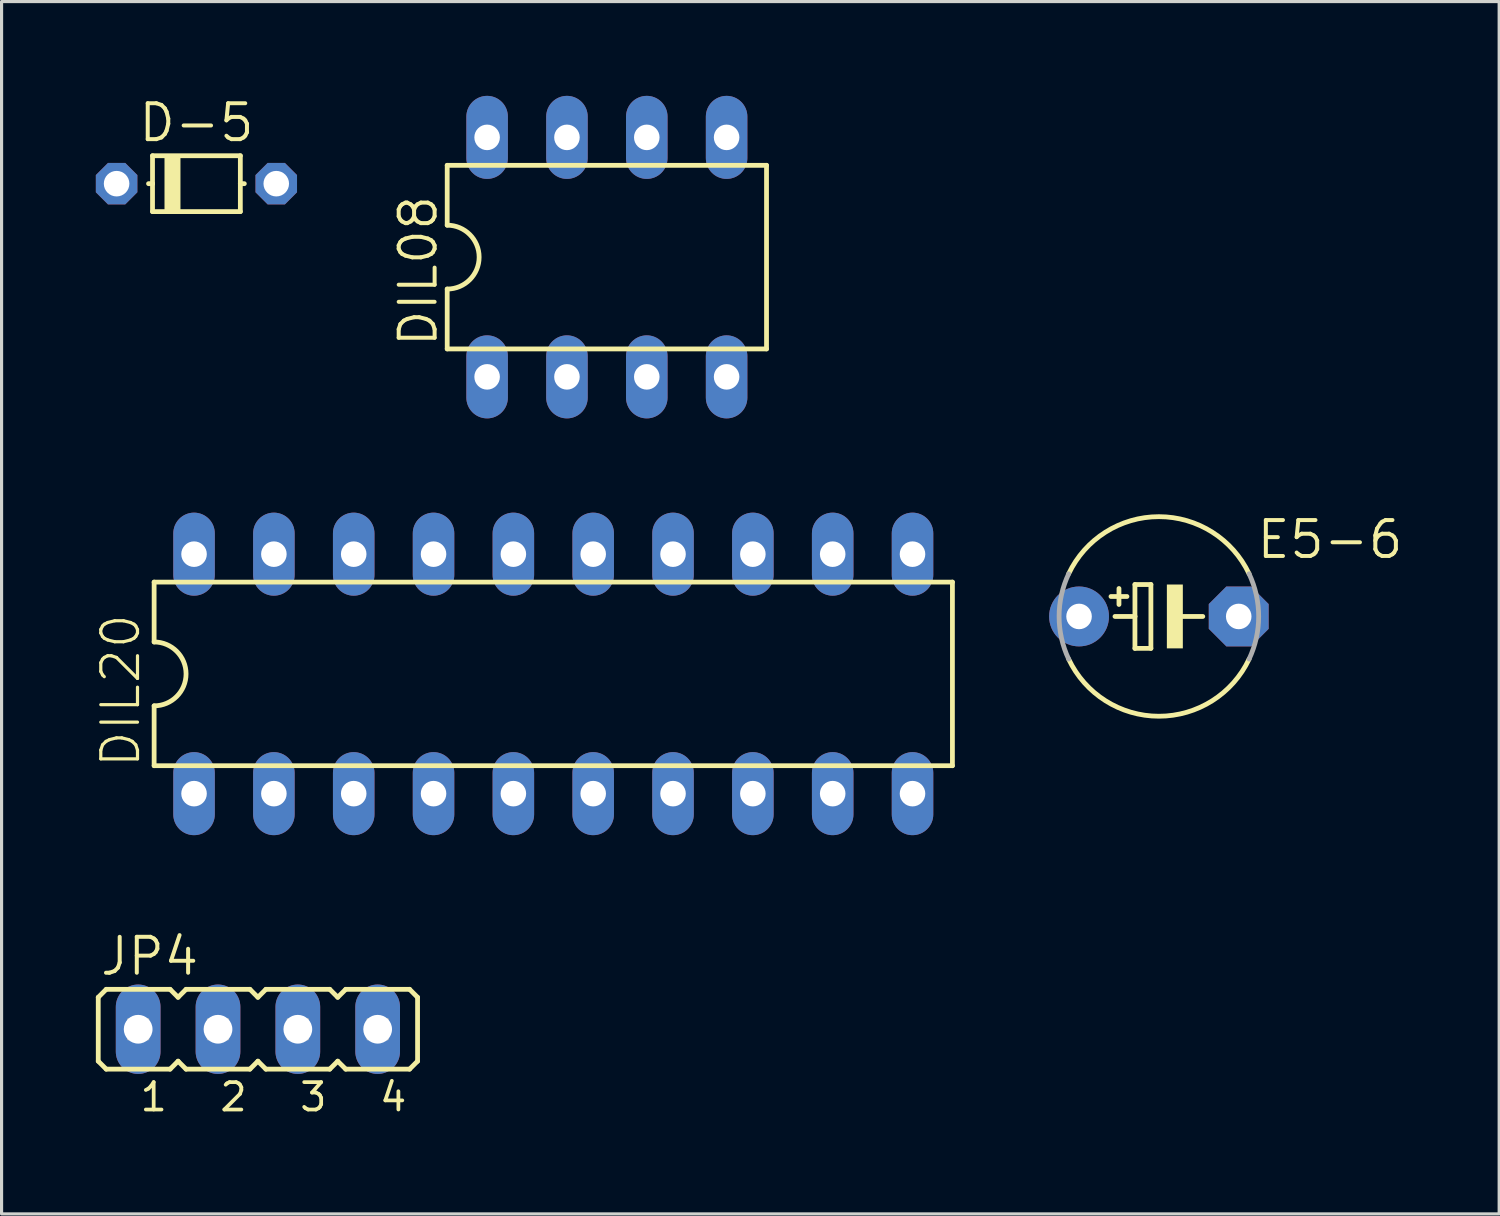
<source format=kicad_pcb>
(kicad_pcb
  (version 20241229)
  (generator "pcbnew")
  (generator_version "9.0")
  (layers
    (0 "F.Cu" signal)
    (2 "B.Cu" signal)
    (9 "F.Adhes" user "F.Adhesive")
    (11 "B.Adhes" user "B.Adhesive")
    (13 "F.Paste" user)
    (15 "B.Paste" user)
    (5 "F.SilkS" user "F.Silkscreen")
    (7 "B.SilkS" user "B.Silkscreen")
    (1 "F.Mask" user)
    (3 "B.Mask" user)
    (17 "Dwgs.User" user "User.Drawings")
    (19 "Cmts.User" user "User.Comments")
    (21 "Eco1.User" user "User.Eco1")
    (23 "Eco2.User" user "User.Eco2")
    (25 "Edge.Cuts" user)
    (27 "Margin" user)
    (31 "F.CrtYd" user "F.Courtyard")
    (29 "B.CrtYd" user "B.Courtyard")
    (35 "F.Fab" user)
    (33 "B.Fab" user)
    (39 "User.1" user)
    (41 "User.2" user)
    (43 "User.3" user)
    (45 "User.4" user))
  (footprint "D-5"
    (layer "F.Cu")
    (at 3.2 2.794)
    (property "Reference" "D-5" (at -1.905 -1.27 0) (layer "F.SilkS") (effects (font (size 1.143 1.143) (thickness 0.127)) (justify left bottom)))
    (fp_line (start -1.397 -0.889) (end -1.397 0) (stroke (width 0.152) (type solid)) (layer "F.SilkS"))
    (fp_line (start -1.397 0) (end -1.524 0) (stroke (width 0.152) (type solid)) (layer "F.SilkS"))
    (fp_line (start -1.397 0) (end -1.397 0.889) (stroke (width 0.152) (type solid)) (layer "F.SilkS"))
    (fp_line (start -1.397 0.889) (end 1.397 0.889) (stroke (width 0.152) (type solid)) (layer "F.SilkS"))
    (fp_line (start 1.397 -0.889) (end -1.397 -0.889) (stroke (width 0.152) (type solid)) (layer "F.SilkS"))
    (fp_line (start 1.397 0) (end 1.397 -0.889) (stroke (width 0.152) (type solid)) (layer "F.SilkS"))
    (fp_line (start 1.397 0.889) (end 1.397 0) (stroke (width 0.152) (type solid)) (layer "F.SilkS"))
    (fp_line (start 1.524 0) (end 1.397 0) (stroke (width 0.152) (type solid)) (layer "F.SilkS"))
    (fp_poly (pts (xy -1.016 0.889) (xy -0.508 0.889) (xy -0.508 -0.889) (xy -1.016 -0.889)) (stroke (width 0) (type default)) (fill yes) (layer "F.SilkS"))
    (pad "A" thru_hole roundrect (at 2.54 0) (size 1.321 1.321) (drill 0.813) (layers "*.Cu" "*.Mask") (roundrect_rratio 0.25) (chamfer_ratio 0.293) (chamfer top_left top_right bottom_left bottom_right))
    (pad "C" thru_hole roundrect (at -2.54 0) (size 1.321 1.321) (drill 0.813) (layers "*.Cu" "*.Mask") (roundrect_rratio 0.25) (chamfer_ratio 0.293) (chamfer top_left top_right bottom_left bottom_right)))
  (footprint "E5-6"
    (layer "F.Cu")
    (at 33.823 16.564)
    (property "Reference" "E5-6" (at 3.048 -1.778 0) (layer "F.SilkS") (effects (font (size 1.143 1.143) (thickness 0.127)) (justify left bottom)))
    (fp_line (start -1.524 -0.635) (end -1.016 -0.635) (stroke (width 0.152) (type solid)) (layer "F.SilkS"))
    (fp_line (start -1.397 0) (end -0.762 0) (stroke (width 0.152) (type solid)) (layer "F.SilkS"))
    (fp_line (start -1.27 -0.381) (end -1.27 -0.889) (stroke (width 0.152) (type solid)) (layer "F.SilkS"))
    (fp_line (start -0.762 -1.016) (end -0.762 0) (stroke (width 0.152) (type solid)) (layer "F.SilkS"))
    (fp_line (start -0.762 0) (end -0.762 1.016) (stroke (width 0.152) (type solid)) (layer "F.SilkS"))
    (fp_line (start -0.762 1.016) (end -0.254 1.016) (stroke (width 0.152) (type solid)) (layer "F.SilkS"))
    (fp_line (start -0.254 -1.016) (end -0.762 -1.016) (stroke (width 0.152) (type solid)) (layer "F.SilkS"))
    (fp_line (start -0.254 1.016) (end -0.254 -1.016) (stroke (width 0.152) (type solid)) (layer "F.SilkS"))
    (fp_line (start 0.635 0) (end 1.397 0) (stroke (width 0.152) (type solid)) (layer "F.SilkS"))
    (fp_arc (start -2.8702 -1.3574) (mid 0 -3.174993) (end 2.8702 -1.3574) (stroke (width 0.1524) (type solid)) (layer "F.SilkS"))
    (fp_arc (start 2.8702 1.3574) (mid 0 3.174993) (end -2.8702 1.3574) (stroke (width 0.1524) (type solid)) (layer "F.SilkS"))
    (fp_poly (pts (xy 0.254 1.016) (xy 0.762 1.016) (xy 0.762 -1.016) (xy 0.254 -1.016)) (stroke (width 0) (type default)) (fill yes) (layer "F.SilkS"))
    (fp_arc (start -2.8702 1.3574) (mid -3.174993 0) (end -2.8702 -1.3574) (stroke (width 0.1524) (type solid)) (layer "F.Fab"))
    (fp_arc (start 2.8702 -1.3574) (mid 3.174993 0) (end 2.8702 1.3574) (stroke (width 0.1524) (type solid)) (layer "F.Fab"))
    (pad "+" thru_hole circle (at -2.54 0) (size 1.905 1.905) (drill 0.813) (layers "*.Cu" "*.Mask"))
    (pad "-" thru_hole roundrect (at 2.54 0) (size 1.905 1.905) (drill 0.813) (layers "*.Cu" "*.Mask") (roundrect_rratio 0.25) (chamfer_ratio 0.293) (chamfer top_left top_right bottom_left bottom_right)))
  (footprint "DIL08"
    (layer "F.Cu")
    (at 23.879 6.401)
    (property "Reference" "DIL08" (at -12.954 1.651 90) (layer "F.SilkS") (effects (font (size 1.143 1.143) (thickness 0.127)) (justify left bottom)))
    (fp_line (start -12.7 -4.191) (end -12.7 -2.286) (stroke (width 0.152) (type solid)) (layer "F.SilkS"))
    (fp_line (start -12.7 1.651) (end -12.7 -0.254) (stroke (width 0.152) (type solid)) (layer "F.SilkS"))
    (fp_line (start -12.7 1.651) (end -2.54 1.651) (stroke (width 0.152) (type solid)) (layer "F.SilkS"))
    (fp_line (start -2.54 -4.191) (end -12.7 -4.191) (stroke (width 0.152) (type solid)) (layer "F.SilkS"))
    (fp_line (start -2.54 -4.191) (end -2.54 1.651) (stroke (width 0.152) (type solid)) (layer "F.SilkS"))
    (fp_arc (start -12.7 -2.286) (mid -11.684 -1.27) (end -12.7 -0.254) (stroke (width 0.1524) (type solid)) (layer "F.SilkS"))
    (pad "1" thru_hole oval (at -11.43 2.54 90) (size 2.642 1.321) (drill 0.813) (layers "*.Cu" "*.Mask"))
    (pad "2" thru_hole oval (at -8.89 2.54 90) (size 2.642 1.321) (drill 0.813) (layers "*.Cu" "*.Mask"))
    (pad "3" thru_hole oval (at -6.35 2.54 90) (size 2.642 1.321) (drill 0.813) (layers "*.Cu" "*.Mask"))
    (pad "4" thru_hole oval (at -3.81 2.54 90) (size 2.642 1.321) (drill 0.813) (layers "*.Cu" "*.Mask"))
    (pad "5" thru_hole oval (at -3.81 -5.08 90) (size 2.642 1.321) (drill 0.813) (layers "*.Cu" "*.Mask"))
    (pad "6" thru_hole oval (at -6.35 -5.08 90) (size 2.642 1.321) (drill 0.813) (layers "*.Cu" "*.Mask"))
    (pad "7" thru_hole oval (at -8.89 -5.08 90) (size 2.642 1.321) (drill 0.813) (layers "*.Cu" "*.Mask"))
    (pad "8" thru_hole oval (at -11.43 -5.08 90) (size 2.642 1.321) (drill 0.813) (layers "*.Cu" "*.Mask")))
  (footprint "DIL20"
    (layer "F.Cu")
    (at 13.284 18.392)
    (property "Reference" "DIL20" (at -11.811 3.048 90) (layer "F.SilkS") (effects (font (size 1.168 1.168) (thickness 0.102)) (justify left bottom)))
    (fp_line (start -11.43 -2.921) (end -11.43 -1.016) (stroke (width 0.152) (type solid)) (layer "F.SilkS"))
    (fp_line (start -11.43 2.921) (end -11.43 1.016) (stroke (width 0.152) (type solid)) (layer "F.SilkS"))
    (fp_line (start -11.43 2.921) (end 13.97 2.921) (stroke (width 0.152) (type solid)) (layer "F.SilkS"))
    (fp_line (start 13.97 -2.921) (end -11.43 -2.921) (stroke (width 0.152) (type solid)) (layer "F.SilkS"))
    (fp_line (start 13.97 -2.921) (end 13.97 2.921) (stroke (width 0.152) (type solid)) (layer "F.SilkS"))
    (fp_arc (start -11.43 -1.016) (mid -10.414 0) (end -11.43 1.016) (stroke (width 0.1524) (type solid)) (layer "F.SilkS"))
    (pad "1" thru_hole oval (at -10.16 3.81 90) (size 2.642 1.321) (drill 0.813) (layers "*.Cu" "*.Mask"))
    (pad "2" thru_hole oval (at -7.62 3.81 90) (size 2.642 1.321) (drill 0.813) (layers "*.Cu" "*.Mask"))
    (pad "3" thru_hole oval (at -5.08 3.81 90) (size 2.642 1.321) (drill 0.813) (layers "*.Cu" "*.Mask"))
    (pad "4" thru_hole oval (at -2.54 3.81 90) (size 2.642 1.321) (drill 0.813) (layers "*.Cu" "*.Mask"))
    (pad "5" thru_hole oval (at 0 3.81 90) (size 2.642 1.321) (drill 0.813) (layers "*.Cu" "*.Mask"))
    (pad "6" thru_hole oval (at 2.54 3.81 90) (size 2.642 1.321) (drill 0.813) (layers "*.Cu" "*.Mask"))
    (pad "7" thru_hole oval (at 5.08 3.81 90) (size 2.642 1.321) (drill 0.813) (layers "*.Cu" "*.Mask"))
    (pad "8" thru_hole oval (at 7.62 3.81 90) (size 2.642 1.321) (drill 0.813) (layers "*.Cu" "*.Mask"))
    (pad "9" thru_hole oval (at 10.16 3.81 90) (size 2.642 1.321) (drill 0.813) (layers "*.Cu" "*.Mask"))
    (pad "10" thru_hole oval (at 12.7 3.81 90) (size 2.642 1.321) (drill 0.813) (layers "*.Cu" "*.Mask"))
    (pad "11" thru_hole oval (at 12.7 -3.81 90) (size 2.642 1.321) (drill 0.813) (layers "*.Cu" "*.Mask"))
    (pad "12" thru_hole oval (at 10.16 -3.81 90) (size 2.642 1.321) (drill 0.813) (layers "*.Cu" "*.Mask"))
    (pad "13" thru_hole oval (at 7.62 -3.81 90) (size 2.642 1.321) (drill 0.813) (layers "*.Cu" "*.Mask"))
    (pad "14" thru_hole oval (at 5.08 -3.81 90) (size 2.642 1.321) (drill 0.813) (layers "*.Cu" "*.Mask"))
    (pad "15" thru_hole oval (at 2.54 -3.81 90) (size 2.642 1.321) (drill 0.813) (layers "*.Cu" "*.Mask"))
    (pad "16" thru_hole oval (at 0 -3.81 90) (size 2.642 1.321) (drill 0.813) (layers "*.Cu" "*.Mask"))
    (pad "17" thru_hole oval (at -2.54 -3.81 90) (size 2.642 1.321) (drill 0.813) (layers "*.Cu" "*.Mask"))
    (pad "18" thru_hole oval (at -5.08 -3.81 90) (size 2.642 1.321) (drill 0.813) (layers "*.Cu" "*.Mask"))
    (pad "19" thru_hole oval (at -7.62 -3.81 90) (size 2.642 1.321) (drill 0.813) (layers "*.Cu" "*.Mask"))
    (pad "20" thru_hole oval (at -10.16 -3.81 90) (size 2.642 1.321) (drill 0.813) (layers "*.Cu" "*.Mask")))
  (footprint "JP4"
    (layer "F.Cu")
    (at 5.156 29.698)
    (property "Reference" "JP4" (at -5.08 -1.651 0) (layer "F.SilkS") (effects (font (size 1.143 1.143) (thickness 0.127)) (justify left bottom)))
    (fp_line (start -5.08 -1.016) (end -4.826 -1.27) (stroke (width 0.152) (type solid)) (layer "F.SilkS"))
    (fp_line (start -5.08 1.016) (end -5.08 -1.016) (stroke (width 0.152) (type solid)) (layer "F.SilkS"))
    (fp_line (start -5.08 1.016) (end -4.826 1.27) (stroke (width 0.152) (type solid)) (layer "F.SilkS"))
    (fp_line (start -2.794 -1.27) (end -4.826 -1.27) (stroke (width 0.152) (type solid)) (layer "F.SilkS"))
    (fp_line (start -2.794 -1.27) (end -2.54 -1.016) (stroke (width 0.152) (type solid)) (layer "F.SilkS"))
    (fp_line (start -2.794 1.27) (end -4.826 1.27) (stroke (width 0.152) (type solid)) (layer "F.SilkS"))
    (fp_line (start -2.794 1.27) (end -2.54 1.016) (stroke (width 0.152) (type solid)) (layer "F.SilkS"))
    (fp_line (start -2.54 -1.016) (end -2.286 -1.27) (stroke (width 0.152) (type solid)) (layer "F.SilkS"))
    (fp_line (start -2.54 1.016) (end -2.286 1.27) (stroke (width 0.152) (type solid)) (layer "F.SilkS"))
    (fp_line (start -0.254 -1.27) (end -2.286 -1.27) (stroke (width 0.152) (type solid)) (layer "F.SilkS"))
    (fp_line (start -0.254 -1.27) (end 0 -1.016) (stroke (width 0.152) (type solid)) (layer "F.SilkS"))
    (fp_line (start -0.254 1.27) (end -2.286 1.27) (stroke (width 0.152) (type solid)) (layer "F.SilkS"))
    (fp_line (start -0.254 1.27) (end 0 1.016) (stroke (width 0.152) (type solid)) (layer "F.SilkS"))
    (fp_line (start 0 -1.016) (end 0.254 -1.27) (stroke (width 0.152) (type solid)) (layer "F.SilkS"))
    (fp_line (start 0 1.016) (end 0.254 1.27) (stroke (width 0.152) (type solid)) (layer "F.SilkS"))
    (fp_line (start 2.286 -1.27) (end 0.254 -1.27) (stroke (width 0.152) (type solid)) (layer "F.SilkS"))
    (fp_line (start 2.286 -1.27) (end 2.54 -1.016) (stroke (width 0.152) (type solid)) (layer "F.SilkS"))
    (fp_line (start 2.286 1.27) (end 0.254 1.27) (stroke (width 0.152) (type solid)) (layer "F.SilkS"))
    (fp_line (start 2.286 1.27) (end 2.54 1.016) (stroke (width 0.152) (type solid)) (layer "F.SilkS"))
    (fp_line (start 2.54 -1.016) (end 2.794 -1.27) (stroke (width 0.152) (type solid)) (layer "F.SilkS"))
    (fp_line (start 2.54 1.016) (end 2.794 1.27) (stroke (width 0.152) (type solid)) (layer "F.SilkS"))
    (fp_line (start 4.826 -1.27) (end 2.794 -1.27) (stroke (width 0.152) (type solid)) (layer "F.SilkS"))
    (fp_line (start 4.826 -1.27) (end 5.08 -1.016) (stroke (width 0.152) (type solid)) (layer "F.SilkS"))
    (fp_line (start 4.826 1.27) (end 2.794 1.27) (stroke (width 0.152) (type solid)) (layer "F.SilkS"))
    (fp_line (start 4.826 1.27) (end 5.08 1.016) (stroke (width 0.152) (type solid)) (layer "F.SilkS"))
    (fp_line (start 5.08 -1.016) (end 5.08 1.016) (stroke (width 0.152) (type solid)) (layer "F.SilkS"))
    (fp_poly (pts (xy -4.115 0.305) (xy -3.505 0.305) (xy -3.505 -0.305) (xy -4.115 -0.305)) (stroke (width 0.1) (type default)) (fill no) (layer "F.Fab"))
    (fp_poly (pts (xy -1.575 0.305) (xy -0.965 0.305) (xy -0.965 -0.305) (xy -1.575 -0.305)) (stroke (width 0.1) (type default)) (fill no) (layer "F.Fab"))
    (fp_poly (pts (xy 0.965 0.305) (xy 1.575 0.305) (xy 1.575 -0.305) (xy 0.965 -0.305)) (stroke (width 0.1) (type default)) (fill no) (layer "F.Fab"))
    (fp_poly (pts (xy 3.505 0.305) (xy 4.115 0.305) (xy 4.115 -0.305) (xy 3.505 -0.305)) (stroke (width 0.1) (type default)) (fill no) (layer "F.Fab"))
    (fp_text user "2" (at -1.27 2.667 0) (layer "F.SilkS") (effects (font (size 0.872 0.872) (thickness 0.119)) (justify left bottom)))
    (fp_text user "3" (at 1.27 2.667 0) (layer "F.SilkS") (effects (font (size 0.872 0.872) (thickness 0.119)) (justify left bottom)))
    (fp_text user "4" (at 3.81 2.667 0) (layer "F.SilkS") (effects (font (size 0.872 0.872) (thickness 0.119)) (justify left bottom)))
    (fp_text user "1" (at -3.81 2.667 0) (layer "F.SilkS") (effects (font (size 0.872 0.872) (thickness 0.119)) (justify left bottom)))
    (pad "1" thru_hole oval (at -3.81 0 90) (size 2.845 1.422) (drill 0.914) (layers "*.Cu" "*.Mask"))
    (pad "2" thru_hole oval (at -1.27 0 90) (size 2.845 1.422) (drill 0.914) (layers "*.Cu" "*.Mask"))
    (pad "3" thru_hole oval (at 1.27 0 90) (size 2.845 1.422) (drill 0.914) (layers "*.Cu" "*.Mask"))
    (pad "4" thru_hole oval (at 3.81 0 90) (size 2.845 1.422) (drill 0.914) (layers "*.Cu" "*.Mask")))
  (gr_rect
    (start -3 -3)
    (end 44.65 35.574)
    (stroke (width 0.1) (type default))
    (fill no)
    (layer "Edge.Cuts")))
</source>
